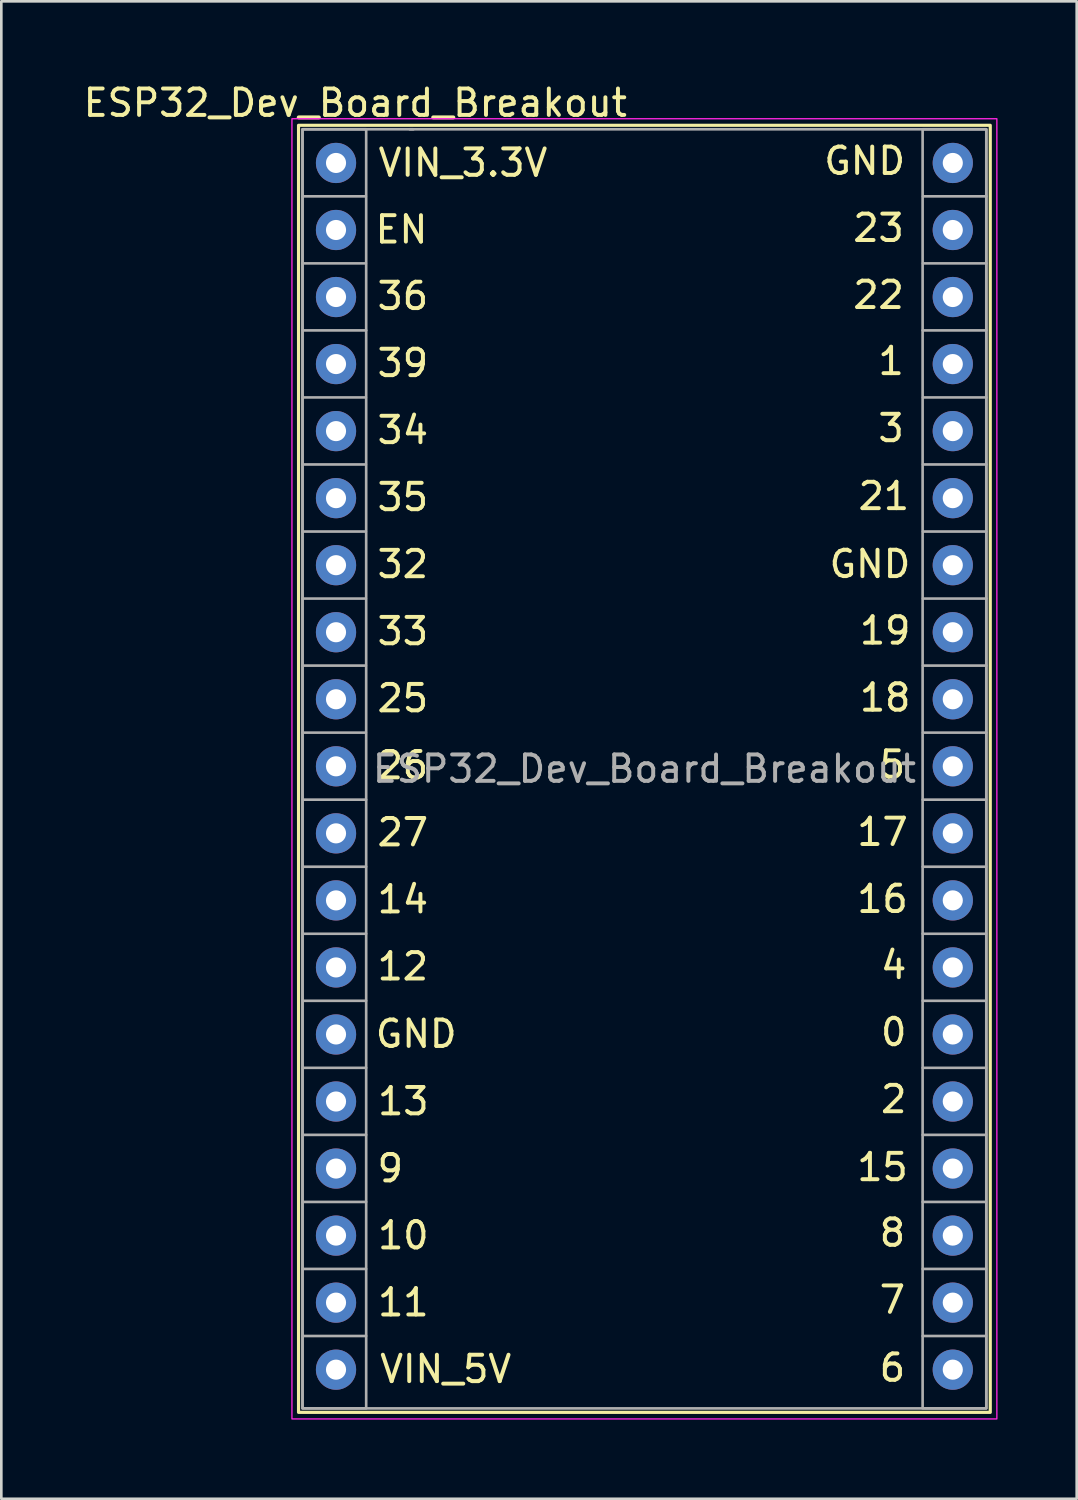
<source format=kicad_pcb>
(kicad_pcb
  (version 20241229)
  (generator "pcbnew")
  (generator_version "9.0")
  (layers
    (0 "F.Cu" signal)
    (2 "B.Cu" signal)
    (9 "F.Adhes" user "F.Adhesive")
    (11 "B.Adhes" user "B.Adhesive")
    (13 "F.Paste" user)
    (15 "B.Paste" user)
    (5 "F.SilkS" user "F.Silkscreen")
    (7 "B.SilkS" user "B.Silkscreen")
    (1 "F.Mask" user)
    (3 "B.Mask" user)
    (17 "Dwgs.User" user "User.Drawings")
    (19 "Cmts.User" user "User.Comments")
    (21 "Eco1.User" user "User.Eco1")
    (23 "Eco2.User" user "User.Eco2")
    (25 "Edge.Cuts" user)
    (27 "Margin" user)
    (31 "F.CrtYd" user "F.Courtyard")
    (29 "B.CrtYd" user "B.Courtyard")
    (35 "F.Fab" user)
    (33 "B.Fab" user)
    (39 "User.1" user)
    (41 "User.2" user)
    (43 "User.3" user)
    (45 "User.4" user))
  (footprint "ESP32_Dev_Board_Breakout"
    (layer "F.Cu")
    (at 8.411 1.848)
    (property "Reference" "ESP32_Dev_Board_Breakout" (at 2 -1 0) (unlocked yes) (layer "F.SilkS") (effects (font (size 1 1) (thickness 0.15))))
    (attr through_hole)
    (fp_rect (start -0.15 -0.15) (end 26.058 48.613) (stroke (width 0.12) (type solid)) (fill no) (layer "F.SilkS"))
    (fp_rect (start -0.4 -0.4) (end 26.308 48.863) (stroke (width 0.05) (type solid)) (fill no) (layer "F.CrtYd"))
    (fp_line (start 0 2.54) (end 2.4 2.54) (stroke (width 0.1) (type solid)) (layer "F.Fab"))
    (fp_line (start 0 5.08) (end 2.4 5.08) (stroke (width 0.1) (type solid)) (layer "F.Fab"))
    (fp_line (start 0 7.62) (end 2.413 7.62) (stroke (width 0.1) (type solid)) (layer "F.Fab"))
    (fp_line (start 0 10.16) (end 2.4 10.16) (stroke (width 0.1) (type solid)) (layer "F.Fab"))
    (fp_line (start 0 12.7) (end 2.4 12.7) (stroke (width 0.1) (type solid)) (layer "F.Fab"))
    (fp_line (start 0 15.24) (end 2.4 15.24) (stroke (width 0.1) (type solid)) (layer "F.Fab"))
    (fp_line (start 0 17.78) (end 2.4 17.78) (stroke (width 0.1) (type solid)) (layer "F.Fab"))
    (fp_line (start 0 20.32) (end 2.4 20.32) (stroke (width 0.1) (type solid)) (layer "F.Fab"))
    (fp_line (start 0 22.86) (end 2.4 22.86) (stroke (width 0.1) (type solid)) (layer "F.Fab"))
    (fp_line (start 0.01 25.4) (end 2.41 25.4) (stroke (width 0.1) (type solid)) (layer "F.Fab"))
    (fp_line (start 0.01 27.94) (end 2.41 27.94) (stroke (width 0.1) (type solid)) (layer "F.Fab"))
    (fp_line (start 0.01 30.48) (end 2.41 30.48) (stroke (width 0.1) (type solid)) (layer "F.Fab"))
    (fp_line (start 0.01 33.02) (end 2.41 33.02) (stroke (width 0.1) (type solid)) (layer "F.Fab"))
    (fp_line (start 0.01 35.56) (end 2.41 35.56) (stroke (width 0.1) (type solid)) (layer "F.Fab"))
    (fp_line (start 0.01 38.1) (end 2.41 38.1) (stroke (width 0.1) (type solid)) (layer "F.Fab"))
    (fp_line (start 0.01 40.64) (end 2.41 40.64) (stroke (width 0.1) (type solid)) (layer "F.Fab"))
    (fp_line (start 0.01 43.18) (end 2.41 43.18) (stroke (width 0.1) (type solid)) (layer "F.Fab"))
    (fp_line (start 0.01 45.72) (end 2.41 45.72) (stroke (width 0.1) (type solid)) (layer "F.Fab"))
    (fp_line (start 4.2 0) (end 4.064 0) (stroke (width 0.1) (type solid)) (layer "F.Fab"))
    (fp_line (start 25.898 25.4) (end 23.498 25.4) (stroke (width 0.1) (type solid)) (layer "F.Fab"))
    (fp_line (start 25.898 27.94) (end 23.498 27.94) (stroke (width 0.1) (type solid)) (layer "F.Fab"))
    (fp_line (start 25.898 30.48) (end 23.498 30.48) (stroke (width 0.1) (type solid)) (layer "F.Fab"))
    (fp_line (start 25.898 33.02) (end 23.498 33.02) (stroke (width 0.1) (type solid)) (layer "F.Fab"))
    (fp_line (start 25.898 35.56) (end 23.498 35.56) (stroke (width 0.1) (type solid)) (layer "F.Fab"))
    (fp_line (start 25.898 38.1) (end 23.498 38.1) (stroke (width 0.1) (type solid)) (layer "F.Fab"))
    (fp_line (start 25.898 40.64) (end 23.498 40.64) (stroke (width 0.1) (type solid)) (layer "F.Fab"))
    (fp_line (start 25.898 43.18) (end 23.498 43.18) (stroke (width 0.1) (type solid)) (layer "F.Fab"))
    (fp_line (start 25.898 45.72) (end 23.498 45.72) (stroke (width 0.1) (type solid)) (layer "F.Fab"))
    (fp_line (start 25.908 2.54) (end 23.508 2.54) (stroke (width 0.1) (type solid)) (layer "F.Fab"))
    (fp_line (start 25.908 5.08) (end 23.508 5.08) (stroke (width 0.1) (type solid)) (layer "F.Fab"))
    (fp_line (start 25.908 7.62) (end 23.495 7.62) (stroke (width 0.1) (type solid)) (layer "F.Fab"))
    (fp_line (start 25.908 10.16) (end 23.508 10.16) (stroke (width 0.1) (type solid)) (layer "F.Fab"))
    (fp_line (start 25.908 12.7) (end 23.508 12.7) (stroke (width 0.1) (type solid)) (layer "F.Fab"))
    (fp_line (start 25.908 15.24) (end 23.508 15.24) (stroke (width 0.1) (type solid)) (layer "F.Fab"))
    (fp_line (start 25.908 17.78) (end 23.508 17.78) (stroke (width 0.1) (type solid)) (layer "F.Fab"))
    (fp_line (start 25.908 20.32) (end 23.508 20.32) (stroke (width 0.1) (type solid)) (layer "F.Fab"))
    (fp_line (start 25.908 22.86) (end 23.508 22.86) (stroke (width 0.1) (type solid)) (layer "F.Fab"))
    (fp_rect (start 0 0) (end 2.413 48.46) (stroke (width 0.1) (type solid)) (fill no) (layer "F.Fab"))
    (fp_rect (start 0 0) (end 25.908 48.463) (stroke (width 0.1) (type solid)) (fill no) (layer "F.Fab"))
    (fp_rect (start 25.908 0) (end 23.495 48.46) (stroke (width 0.1) (type solid)) (fill no) (layer "F.Fab"))
    (fp_text user "2" (at 22.4 36.75 0) (unlocked yes) (layer "F.SilkS") (effects (font (size 1 1) (thickness 0.15))))
    (fp_text user "9" (at 3.325 39.37 0) (unlocked yes) (layer "F.SilkS") (effects (font (size 1 1) (thickness 0.15))))
    (fp_text user "19" (at 22.075 18.995 0) (unlocked yes) (layer "F.SilkS") (effects (font (size 1 1) (thickness 0.15))))
    (fp_text user "32" (at 3.801 16.48 0) (unlocked yes) (layer "F.SilkS") (effects (font (size 1 1) (thickness 0.15))))
    (fp_text user "VIN_3.3V" (at 6.08 1.27 0) (unlocked yes) (layer "F.SilkS") (effects (font (size 1 1) (thickness 0.15))))
    (fp_text user "26" (at 3.801 24.1 0) (unlocked yes) (layer "F.SilkS") (effects (font (size 1 1) (thickness 0.15))))
    (fp_text user "VIN_5V" (at 5.425 46.975 0) (unlocked yes) (layer "F.SilkS") (effects (font (size 1 1) (thickness 0.15))))
    (fp_text user "35" (at 3.801 13.94 0) (unlocked yes) (layer "F.SilkS") (effects (font (size 1 1) (thickness 0.15))))
    (fp_text user "34" (at 3.801 11.4 0) (unlocked yes) (layer "F.SilkS") (effects (font (size 1 1) (thickness 0.15))))
    (fp_text user "25" (at 3.801 21.56 0) (unlocked yes) (layer "F.SilkS") (effects (font (size 1 1) (thickness 0.15))))
    (fp_text user "14" (at 3.801 29.18 0) (unlocked yes) (layer "F.SilkS") (effects (font (size 1 1) (thickness 0.15))))
    (fp_text user "1" (at 22.3 8.785 0) (unlocked yes) (layer "F.SilkS") (effects (font (size 1 1) (thickness 0.15))))
    (fp_text user "12" (at 3.801 31.72 0) (unlocked yes) (layer "F.SilkS") (effects (font (size 1 1) (thickness 0.15))))
    (fp_text user "16" (at 21.975 29.165 0) (unlocked yes) (layer "F.SilkS") (effects (font (size 1 1) (thickness 0.15))))
    (fp_text user "GND" (at 21.3 1.2 0) (unlocked yes) (layer "F.SilkS") (effects (font (size 1 1) (thickness 0.15))))
    (fp_text user "7" (at 22.35 44.35 0) (unlocked yes) (layer "F.SilkS") (effects (font (size 1 1) (thickness 0.15))))
    (fp_text user "39" (at 3.801 8.86 0) (unlocked yes) (layer "F.SilkS") (effects (font (size 1 1) (thickness 0.15))))
    (fp_text user "EN" (at 3.75 3.8 0) (unlocked yes) (layer "F.SilkS") (effects (font (size 1 1) (thickness 0.15))))
    (fp_text user "GND" (at 21.5 16.475 0) (unlocked yes) (layer "F.SilkS") (effects (font (size 1 1) (thickness 0.15))))
    (fp_text user "27" (at 3.801 26.64 0) (unlocked yes) (layer "F.SilkS") (effects (font (size 1 1) (thickness 0.15))))
    (fp_text user "3" (at 22.3 11.325 0) (unlocked yes) (layer "F.SilkS") (effects (font (size 1 1) (thickness 0.15))))
    (fp_text user "13" (at 3.819 36.83 0) (unlocked yes) (layer "F.SilkS") (effects (font (size 1 1) (thickness 0.15))))
    (fp_text user "0" (at 22.4 34.21 0) (unlocked yes) (layer "F.SilkS") (effects (font (size 1 1) (thickness 0.15))))
    (fp_text user "11" (at 3.819 44.45 0) (unlocked yes) (layer "F.SilkS") (effects (font (size 1 1) (thickness 0.15))))
    (fp_text user "4" (at 22.4 31.67 0) (unlocked yes) (layer "F.SilkS") (effects (font (size 1 1) (thickness 0.15))))
    (fp_text user "GND" (at 4.308 34.275 0) (unlocked yes) (layer "F.SilkS") (effects (font (size 1 1) (thickness 0.15))))
    (fp_text user "18" (at 22.075 21.535 0) (unlocked yes) (layer "F.SilkS") (effects (font (size 1 1) (thickness 0.15))))
    (fp_text user "15" (at 21.975 39.325 0) (unlocked yes) (layer "F.SilkS") (effects (font (size 1 1) (thickness 0.15))))
    (fp_text user "21" (at 22.025 13.9 0) (unlocked yes) (layer "F.SilkS") (effects (font (size 1 1) (thickness 0.15))))
    (fp_text user "6" (at 22.35 46.925 0) (unlocked yes) (layer "F.SilkS") (effects (font (size 1 1) (thickness 0.15))))
    (fp_text user "8" (at 22.35 41.81 0) (unlocked yes) (layer "F.SilkS") (effects (font (size 1 1) (thickness 0.15))))
    (fp_text user "23" (at 21.825 3.74 0) (unlocked yes) (layer "F.SilkS") (effects (font (size 1 1) (thickness 0.15))))
    (fp_text user "36" (at 3.801 6.32 0) (unlocked yes) (layer "F.SilkS") (effects (font (size 1 1) (thickness 0.15))))
    (fp_text user "10" (at 3.819 41.91 0) (unlocked yes) (layer "F.SilkS") (effects (font (size 1 1) (thickness 0.15))))
    (fp_text user "17" (at 21.975 26.625 0) (unlocked yes) (layer "F.SilkS") (effects (font (size 1 1) (thickness 0.15))))
    (fp_text user "33" (at 3.801 19.02 0) (unlocked yes) (layer "F.SilkS") (effects (font (size 1 1) (thickness 0.15))))
    (fp_text user "22" (at 21.825 6.28 0) (unlocked yes) (layer "F.SilkS") (effects (font (size 1 1) (thickness 0.15))))
    (fp_text user "5" (at 22.35 24.075 0) (unlocked yes) (layer "F.SilkS") (effects (font (size 1 1) (thickness 0.15))))
    (fp_text user "${REFERENCE}" (at 12.954 24.232 0) (unlocked yes) (layer "F.Fab") (effects (font (size 1 1) (thickness 0.15))))
    (pad "1" thru_hole circle (at 1.27 1.276 90) (size 1.524 1.524) (drill 0.762) (layers "*.Cu" "*.Mask"))
    (pad "2" thru_hole circle (at 1.27 3.816 90) (size 1.524 1.524) (drill 0.762) (layers "*.Cu" "*.Mask"))
    (pad "3" thru_hole circle (at 1.27 6.356 90) (size 1.524 1.524) (drill 0.762) (layers "*.Cu" "*.Mask"))
    (pad "4" thru_hole circle (at 1.27 8.896 90) (size 1.524 1.524) (drill 0.762) (layers "*.Cu" "*.Mask"))
    (pad "5" thru_hole circle (at 1.27 11.436 90) (size 1.524 1.524) (drill 0.762) (layers "*.Cu" "*.Mask"))
    (pad "6" thru_hole circle (at 1.27 13.976 90) (size 1.524 1.524) (drill 0.762) (layers "*.Cu" "*.Mask"))
    (pad "7" thru_hole circle (at 1.27 16.516 90) (size 1.524 1.524) (drill 0.762) (layers "*.Cu" "*.Mask"))
    (pad "8" thru_hole circle (at 1.27 19.056 90) (size 1.524 1.524) (drill 0.762) (layers "*.Cu" "*.Mask"))
    (pad "9" thru_hole circle (at 1.27 21.596 90) (size 1.524 1.524) (drill 0.762) (layers "*.Cu" "*.Mask"))
    (pad "10" thru_hole circle (at 1.27 24.136 90) (size 1.524 1.524) (drill 0.762) (layers "*.Cu" "*.Mask"))
    (pad "11" thru_hole circle (at 1.27 26.676 90) (size 1.524 1.524) (drill 0.762) (layers "*.Cu" "*.Mask"))
    (pad "12" thru_hole circle (at 1.27 29.216 90) (size 1.524 1.524) (drill 0.762) (layers "*.Cu" "*.Mask"))
    (pad "13" thru_hole circle (at 1.27 31.756 90) (size 1.524 1.524) (drill 0.762) (layers "*.Cu" "*.Mask"))
    (pad "14" thru_hole circle (at 1.27 34.296 90) (size 1.524 1.524) (drill 0.762) (layers "*.Cu" "*.Mask"))
    (pad "15" thru_hole circle (at 1.27 36.836 90) (size 1.524 1.524) (drill 0.762) (layers "*.Cu" "*.Mask"))
    (pad "16" thru_hole circle (at 1.27 39.376 90) (size 1.524 1.524) (drill 0.762) (layers "*.Cu" "*.Mask"))
    (pad "17" thru_hole circle (at 1.27 41.916 90) (size 1.524 1.524) (drill 0.762) (layers "*.Cu" "*.Mask"))
    (pad "18" thru_hole circle (at 1.27 44.456 90) (size 1.524 1.524) (drill 0.762) (layers "*.Cu" "*.Mask"))
    (pad "19" thru_hole circle (at 1.27 46.996 90) (size 1.524 1.524) (drill 0.762) (layers "*.Cu" "*.Mask"))
    (pad "20" thru_hole circle (at 24.638 1.276 270) (size 1.524 1.524) (drill 0.762) (layers "*.Cu" "*.Mask"))
    (pad "21" thru_hole circle (at 24.638 3.816 270) (size 1.524 1.524) (drill 0.762) (layers "*.Cu" "*.Mask"))
    (pad "22" thru_hole circle (at 24.638 6.356 270) (size 1.524 1.524) (drill 0.762) (layers "*.Cu" "*.Mask"))
    (pad "23" thru_hole circle (at 24.638 8.896 270) (size 1.524 1.524) (drill 0.762) (layers "*.Cu" "*.Mask"))
    (pad "24" thru_hole circle (at 24.638 11.436 270) (size 1.524 1.524) (drill 0.762) (layers "*.Cu" "*.Mask"))
    (pad "25" thru_hole circle (at 24.638 13.976 270) (size 1.524 1.524) (drill 0.762) (layers "*.Cu" "*.Mask"))
    (pad "26" thru_hole circle (at 24.638 16.516 270) (size 1.524 1.524) (drill 0.762) (layers "*.Cu" "*.Mask"))
    (pad "27" thru_hole circle (at 24.638 19.056 270) (size 1.524 1.524) (drill 0.762) (layers "*.Cu" "*.Mask"))
    (pad "28" thru_hole circle (at 24.638 21.596 270) (size 1.524 1.524) (drill 0.762) (layers "*.Cu" "*.Mask"))
    (pad "29" thru_hole circle (at 24.638 24.136 270) (size 1.524 1.524) (drill 0.762) (layers "*.Cu" "*.Mask"))
    (pad "30" thru_hole circle (at 24.638 26.676 270) (size 1.524 1.524) (drill 0.762) (layers "*.Cu" "*.Mask"))
    (pad "31" thru_hole circle (at 24.638 29.216 270) (size 1.524 1.524) (drill 0.762) (layers "*.Cu" "*.Mask"))
    (pad "32" thru_hole circle (at 24.638 31.756 270) (size 1.524 1.524) (drill 0.762) (layers "*.Cu" "*.Mask"))
    (pad "33" thru_hole circle (at 24.638 34.296 270) (size 1.524 1.524) (drill 0.762) (layers "*.Cu" "*.Mask"))
    (pad "34" thru_hole circle (at 24.638 36.836 270) (size 1.524 1.524) (drill 0.762) (layers "*.Cu" "*.Mask"))
    (pad "35" thru_hole circle (at 24.638 39.376 270) (size 1.524 1.524) (drill 0.762) (layers "*.Cu" "*.Mask"))
    (pad "36" thru_hole circle (at 24.638 41.916 270) (size 1.524 1.524) (drill 0.762) (layers "*.Cu" "*.Mask"))
    (pad "37" thru_hole circle (at 24.638 44.456 270) (size 1.524 1.524) (drill 0.762) (layers "*.Cu" "*.Mask"))
    (pad "38" thru_hole circle (at 24.638 46.996 270) (size 1.524 1.524) (drill 0.762) (layers "*.Cu" "*.Mask")))
  (gr_rect
    (start -3 -3)
    (end 37.744 53.736)
    (stroke (width 0.1) (type default))
    (fill no)
    (layer "Edge.Cuts")))
</source>
